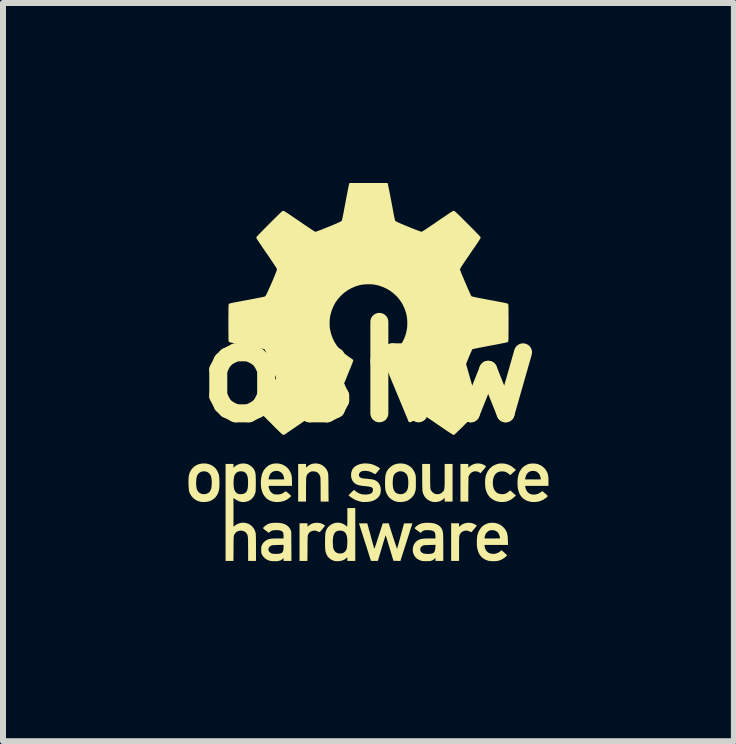
<source format=kicad_pcb>
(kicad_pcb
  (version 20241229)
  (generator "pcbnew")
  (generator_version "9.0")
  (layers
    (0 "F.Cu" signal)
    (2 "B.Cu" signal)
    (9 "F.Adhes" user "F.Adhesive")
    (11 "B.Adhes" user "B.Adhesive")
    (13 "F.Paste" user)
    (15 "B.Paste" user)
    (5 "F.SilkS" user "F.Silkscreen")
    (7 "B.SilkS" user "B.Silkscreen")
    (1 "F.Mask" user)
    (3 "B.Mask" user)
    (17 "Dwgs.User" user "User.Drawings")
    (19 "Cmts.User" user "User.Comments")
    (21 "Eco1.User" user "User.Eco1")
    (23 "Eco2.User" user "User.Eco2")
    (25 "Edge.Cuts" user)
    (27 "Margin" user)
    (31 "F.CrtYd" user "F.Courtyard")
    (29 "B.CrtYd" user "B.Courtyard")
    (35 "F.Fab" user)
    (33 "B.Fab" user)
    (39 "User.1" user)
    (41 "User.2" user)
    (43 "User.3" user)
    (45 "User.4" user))
  (footprint "oshw"
    (layer "F.Cu")
    (at 3.092 3.15)
    (property "Reference" "oshw" (at 0 0 0) (layer "F.SilkS") (effects (font (size 1.524 1.524) (thickness 0.3))))
    (attr board_only exclude_from_pos_files exclude_from_bom)
    (fp_poly (pts (xy 1.882 1.532) (xy 1.921 1.547) (xy 1.942 1.559) (xy 1.954 1.569) (xy 1.958 1.577) (xy 1.958 1.578) (xy 1.954 1.584) (xy 1.945 1.596) (xy 1.933 1.611) (xy 1.917 1.63) (xy 1.912 1.636) (xy 1.869 1.687) (xy 1.857 1.68) (xy 1.826 1.663) (xy 1.797 1.656) (xy 1.767 1.657) (xy 1.755 1.659) (xy 1.724 1.671) (xy 1.7 1.691) (xy 1.681 1.717) (xy 1.68 1.719) (xy 1.667 1.746) (xy 1.665 1.954) (xy 1.664 2.161) (xy 1.533 2.161) (xy 1.533 1.533) (xy 1.664 1.533) (xy 1.664 1.595) (xy 1.686 1.576) (xy 1.72 1.552) (xy 1.758 1.535) (xy 1.799 1.526) (xy 1.841 1.525)) (stroke (width 0) (type solid)) (fill yes) (layer "F.SilkS"))
    (fp_poly (pts (xy 1.71 2.517) (xy 1.747 2.527) (xy 1.755 2.531) (xy 1.772 2.539) (xy 1.787 2.548) (xy 1.795 2.554) (xy 1.807 2.563) (xy 1.761 2.618) (xy 1.745 2.637) (xy 1.731 2.653) (xy 1.721 2.665) (xy 1.715 2.671) (xy 1.714 2.672) (xy 1.709 2.67) (xy 1.698 2.665) (xy 1.685 2.658) (xy 1.655 2.647) (xy 1.624 2.644) (xy 1.594 2.649) (xy 1.567 2.661) (xy 1.543 2.679) (xy 1.525 2.704) (xy 1.516 2.726) (xy 1.515 2.733) (xy 1.513 2.743) (xy 1.512 2.757) (xy 1.511 2.775) (xy 1.511 2.798) (xy 1.51 2.828) (xy 1.51 2.864) (xy 1.51 2.908) (xy 1.51 2.95) (xy 1.51 3.15) (xy 1.378 3.15) (xy 1.378 2.522) (xy 1.51 2.522) (xy 1.51 2.584) (xy 1.527 2.566) (xy 1.557 2.544) (xy 1.592 2.527) (xy 1.63 2.517) (xy 1.67 2.513)) (stroke (width 0) (type solid)) (fill yes) (layer "F.SilkS"))
    (fp_poly (pts (xy -0.836 2.515) (xy -0.795 2.523) (xy -0.756 2.539) (xy -0.73 2.556) (xy -0.727 2.559) (xy -0.726 2.563) (xy -0.729 2.569) (xy -0.735 2.578) (xy -0.746 2.592) (xy -0.763 2.612) (xy -0.764 2.614) (xy -0.78 2.633) (xy -0.794 2.649) (xy -0.804 2.661) (xy -0.81 2.668) (xy -0.811 2.669) (xy -0.817 2.669) (xy -0.829 2.666) (xy -0.844 2.659) (xy -0.844 2.659) (xy -0.876 2.647) (xy -0.908 2.644) (xy -0.938 2.65) (xy -0.966 2.662) (xy -0.989 2.682) (xy -1.006 2.708) (xy -1.008 2.713) (xy -1.01 2.718) (xy -1.011 2.726) (xy -1.013 2.735) (xy -1.013 2.749) (xy -1.014 2.766) (xy -1.015 2.789) (xy -1.015 2.817) (xy -1.016 2.853) (xy -1.016 2.896) (xy -1.016 2.938) (xy -1.018 3.15) (xy -1.149 3.15) (xy -1.149 2.522) (xy -1.017 2.522) (xy -1.017 2.579) (xy -0.992 2.558) (xy -0.957 2.535) (xy -0.919 2.521) (xy -0.878 2.514)) (stroke (width 0) (type solid)) (fill yes) (layer "F.SilkS"))
    (fp_poly (pts (xy 1.028 1.738) (xy 1.028 1.787) (xy 1.028 1.828) (xy 1.029 1.861) (xy 1.029 1.888) (xy 1.03 1.909) (xy 1.031 1.925) (xy 1.032 1.937) (xy 1.033 1.946) (xy 1.034 1.953) (xy 1.037 1.959) (xy 1.039 1.965) (xy 1.04 1.968) (xy 1.058 1.996) (xy 1.082 2.018) (xy 1.111 2.032) (xy 1.114 2.033) (xy 1.148 2.038) (xy 1.18 2.035) (xy 1.21 2.022) (xy 1.236 2.001) (xy 1.239 1.998) (xy 1.246 1.989) (xy 1.252 1.981) (xy 1.257 1.973) (xy 1.261 1.962) (xy 1.264 1.949) (xy 1.266 1.933) (xy 1.268 1.912) (xy 1.269 1.886) (xy 1.27 1.854) (xy 1.27 1.815) (xy 1.27 1.768) (xy 1.27 1.731) (xy 1.27 1.533) (xy 1.402 1.533) (xy 1.402 2.161) (xy 1.27 2.161) (xy 1.27 2.099) (xy 1.249 2.119) (xy 1.219 2.141) (xy 1.183 2.157) (xy 1.144 2.167) (xy 1.104 2.169) (xy 1.071 2.166) (xy 1.028 2.152) (xy 0.99 2.131) (xy 0.957 2.104) (xy 0.931 2.07) (xy 0.912 2.031) (xy 0.901 1.988) (xy 0.9 1.985) (xy 0.899 1.974) (xy 0.898 1.954) (xy 0.898 1.927) (xy 0.897 1.894) (xy 0.896 1.857) (xy 0.896 1.815) (xy 0.896 1.771) (xy 0.896 1.743) (xy 0.895 1.533) (xy 1.026 1.533)) (stroke (width 0) (type solid)) (fill yes) (layer "F.SilkS"))
    (fp_poly (pts (xy -0.822 1.533) (xy -0.813 1.535) (xy -0.777 1.551) (xy -0.744 1.574) (xy -0.715 1.603) (xy -0.692 1.637) (xy -0.679 1.668) (xy -0.676 1.676) (xy -0.674 1.683) (xy -0.673 1.691) (xy -0.671 1.701) (xy -0.67 1.713) (xy -0.67 1.729) (xy -0.669 1.749) (xy -0.668 1.775) (xy -0.668 1.806) (xy -0.667 1.844) (xy -0.667 1.891) (xy -0.667 1.93) (xy -0.665 2.161) (xy -0.797 2.161) (xy -0.798 1.956) (xy -0.798 1.907) (xy -0.799 1.866) (xy -0.799 1.833) (xy -0.799 1.806) (xy -0.8 1.786) (xy -0.801 1.769) (xy -0.802 1.757) (xy -0.803 1.748) (xy -0.805 1.741) (xy -0.807 1.735) (xy -0.809 1.729) (xy -0.81 1.728) (xy -0.827 1.698) (xy -0.849 1.677) (xy -0.874 1.664) (xy -0.906 1.658) (xy -0.919 1.657) (xy -0.939 1.658) (xy -0.954 1.66) (xy -0.967 1.665) (xy -0.978 1.671) (xy -0.994 1.682) (xy -1.009 1.695) (xy -1.015 1.702) (xy -1.021 1.711) (xy -1.026 1.72) (xy -1.03 1.729) (xy -1.033 1.74) (xy -1.036 1.753) (xy -1.038 1.77) (xy -1.039 1.792) (xy -1.04 1.818) (xy -1.04 1.851) (xy -1.041 1.891) (xy -1.041 1.939) (xy -1.041 1.963) (xy -1.041 2.161) (xy -1.172 2.161) (xy -1.172 1.533) (xy -1.041 1.533) (xy -1.041 1.595) (xy -1.02 1.576) (xy -0.987 1.552) (xy -0.95 1.535) (xy -0.909 1.526) (xy -0.866 1.525)) (stroke (width 0) (type solid)) (fill yes) (layer "F.SilkS"))
    (fp_poly (pts (xy 2.285 1.531) (xy 2.331 1.545) (xy 2.375 1.567) (xy 2.416 1.596) (xy 2.426 1.605) (xy 2.458 1.634) (xy 2.362 1.721) (xy 2.34 1.701) (xy 2.312 1.679) (xy 2.283 1.665) (xy 2.252 1.659) (xy 2.227 1.657) (xy 2.192 1.66) (xy 2.163 1.668) (xy 2.138 1.683) (xy 2.122 1.696) (xy 2.103 1.721) (xy 2.088 1.752) (xy 2.078 1.789) (xy 2.073 1.83) (xy 2.074 1.874) (xy 2.075 1.888) (xy 2.082 1.924) (xy 2.092 1.953) (xy 2.106 1.978) (xy 2.119 1.994) (xy 2.142 2.015) (xy 2.168 2.028) (xy 2.199 2.035) (xy 2.227 2.037) (xy 2.249 2.036) (xy 2.265 2.034) (xy 2.28 2.03) (xy 2.293 2.025) (xy 2.312 2.014) (xy 2.33 2.001) (xy 2.339 1.993) (xy 2.35 1.983) (xy 2.358 1.976) (xy 2.361 1.974) (xy 2.365 1.977) (xy 2.375 1.985) (xy 2.388 1.997) (xy 2.405 2.012) (xy 2.411 2.017) (xy 2.458 2.06) (xy 2.426 2.089) (xy 2.39 2.118) (xy 2.35 2.141) (xy 2.31 2.157) (xy 2.308 2.158) (xy 2.284 2.163) (xy 2.255 2.167) (xy 2.225 2.168) (xy 2.197 2.168) (xy 2.182 2.166) (xy 2.134 2.155) (xy 2.092 2.138) (xy 2.056 2.115) (xy 2.023 2.086) (xy 1.997 2.054) (xy 1.976 2.018) (xy 1.96 1.977) (xy 1.954 1.956) (xy 1.948 1.927) (xy 1.945 1.891) (xy 1.944 1.853) (xy 1.944 1.813) (xy 1.947 1.776) (xy 1.952 1.745) (xy 1.954 1.737) (xy 1.969 1.692) (xy 1.988 1.654) (xy 2.013 1.62) (xy 2.023 1.608) (xy 2.06 1.576) (xy 2.1 1.552) (xy 2.144 1.535) (xy 2.19 1.526) (xy 2.238 1.525)) (stroke (width 0) (type solid)) (fill yes) (layer "F.SilkS"))
    (fp_poly (pts (xy 2.771 1.527) (xy 2.79 1.529) (xy 2.807 1.532) (xy 2.824 1.536) (xy 2.83 1.539) (xy 2.875 1.559) (xy 2.914 1.587) (xy 2.947 1.621) (xy 2.971 1.658) (xy 2.981 1.679) (xy 2.989 1.7) (xy 2.994 1.723) (xy 2.998 1.749) (xy 3 1.78) (xy 3 1.818) (xy 3 1.821) (xy 3 1.899) (xy 2.611 1.899) (xy 2.614 1.919) (xy 2.624 1.955) (xy 2.64 1.987) (xy 2.662 2.012) (xy 2.69 2.031) (xy 2.704 2.037) (xy 2.739 2.044) (xy 2.777 2.043) (xy 2.814 2.035) (xy 2.848 2.021) (xy 2.875 2.002) (xy 2.887 1.993) (xy 2.897 1.989) (xy 2.9 1.989) (xy 2.906 1.993) (xy 2.917 2.002) (xy 2.933 2.015) (xy 2.949 2.028) (xy 2.968 2.045) (xy 2.98 2.057) (xy 2.985 2.066) (xy 2.985 2.074) (xy 2.978 2.082) (xy 2.967 2.093) (xy 2.962 2.097) (xy 2.919 2.127) (xy 2.875 2.148) (xy 2.829 2.162) (xy 2.779 2.168) (xy 2.756 2.168) (xy 2.734 2.168) (xy 2.716 2.167) (xy 2.712 2.166) (xy 2.661 2.154) (xy 2.616 2.135) (xy 2.578 2.109) (xy 2.547 2.077) (xy 2.521 2.038) (xy 2.503 1.991) (xy 2.49 1.939) (xy 2.485 1.893) (xy 2.484 1.826) (xy 2.487 1.791) (xy 2.611 1.791) (xy 2.874 1.791) (xy 2.871 1.776) (xy 2.864 1.745) (xy 2.856 1.721) (xy 2.844 1.701) (xy 2.834 1.689) (xy 2.812 1.668) (xy 2.787 1.656) (xy 2.759 1.65) (xy 2.742 1.649) (xy 2.708 1.653) (xy 2.678 1.665) (xy 2.653 1.685) (xy 2.634 1.711) (xy 2.62 1.745) (xy 2.614 1.771) (xy 2.611 1.791) (xy 2.487 1.791) (xy 2.489 1.766) (xy 2.501 1.711) (xy 2.519 1.664) (xy 2.544 1.622) (xy 2.574 1.588) (xy 2.612 1.56) (xy 2.655 1.539) (xy 2.67 1.534) (xy 2.693 1.529) (xy 2.726 1.527) (xy 2.745 1.527)) (stroke (width 0) (type solid)) (fill yes) (layer "F.SilkS"))
    (fp_poly (pts (xy -2.715 1.526) (xy -2.702 1.527) (xy -2.655 1.538) (xy -2.612 1.557) (xy -2.574 1.583) (xy -2.542 1.615) (xy -2.517 1.654) (xy -2.498 1.697) (xy -2.492 1.722) (xy -2.489 1.743) (xy -2.487 1.771) (xy -2.485 1.803) (xy -2.484 1.838) (xy -2.484 1.874) (xy -2.485 1.907) (xy -2.487 1.936) (xy -2.489 1.957) (xy -2.501 2.005) (xy -2.521 2.048) (xy -2.547 2.085) (xy -2.581 2.117) (xy -2.62 2.142) (xy -2.662 2.158) (xy -2.686 2.163) (xy -2.716 2.167) (xy -2.748 2.168) (xy -2.777 2.167) (xy -2.79 2.166) (xy -2.836 2.154) (xy -2.879 2.134) (xy -2.916 2.107) (xy -2.948 2.073) (xy -2.973 2.032) (xy -2.989 1.992) (xy -2.992 1.976) (xy -2.995 1.952) (xy -2.997 1.923) (xy -2.999 1.89) (xy -3 1.855) (xy -3 1.842) (xy -2.873 1.842) (xy -2.872 1.879) (xy -2.869 1.913) (xy -2.864 1.942) (xy -2.857 1.966) (xy -2.855 1.969) (xy -2.836 1.998) (xy -2.812 2.019) (xy -2.783 2.032) (xy -2.749 2.037) (xy -2.732 2.037) (xy -2.713 2.034) (xy -2.693 2.028) (xy -2.685 2.025) (xy -2.663 2.011) (xy -2.646 1.996) (xy -2.633 1.974) (xy -2.631 1.972) (xy -2.623 1.949) (xy -2.617 1.919) (xy -2.614 1.885) (xy -2.612 1.848) (xy -2.613 1.811) (xy -2.617 1.777) (xy -2.623 1.747) (xy -2.631 1.723) (xy -2.632 1.722) (xy -2.65 1.695) (xy -2.675 1.674) (xy -2.702 1.662) (xy -2.737 1.656) (xy -2.77 1.658) (xy -2.8 1.669) (xy -2.826 1.686) (xy -2.847 1.711) (xy -2.853 1.722) (xy -2.861 1.744) (xy -2.867 1.773) (xy -2.871 1.807) (xy -2.873 1.842) (xy -3 1.842) (xy -3 1.82) (xy -2.999 1.787) (xy -2.998 1.758) (xy -2.995 1.735) (xy -2.994 1.725) (xy -2.98 1.678) (xy -2.958 1.636) (xy -2.93 1.601) (xy -2.896 1.571) (xy -2.857 1.548) (xy -2.813 1.533) (xy -2.765 1.525)) (stroke (width 0) (type solid)) (fill yes) (layer "F.SilkS"))
    (fp_poly (pts (xy -0.22 3.15) (xy -0.352 3.15) (xy -0.352 3.088) (xy -0.37 3.105) (xy -0.403 3.129) (xy -0.442 3.145) (xy -0.485 3.153) (xy -0.515 3.155) (xy -0.546 3.153) (xy -0.573 3.149) (xy -0.582 3.146) (xy -0.62 3.129) (xy -0.653 3.105) (xy -0.681 3.074) (xy -0.702 3.037) (xy -0.716 2.995) (xy -0.718 2.986) (xy -0.72 2.969) (xy -0.722 2.943) (xy -0.723 2.913) (xy -0.724 2.878) (xy -0.724 2.841) (xy -0.724 2.823) (xy -0.595 2.823) (xy -0.594 2.855) (xy -0.592 2.887) (xy -0.59 2.916) (xy -0.586 2.939) (xy -0.584 2.948) (xy -0.57 2.977) (xy -0.55 3) (xy -0.524 3.017) (xy -0.502 3.024) (xy -0.48 3.026) (xy -0.455 3.025) (xy -0.431 3.02) (xy -0.417 3.014) (xy -0.395 2.999) (xy -0.377 2.977) (xy -0.364 2.951) (xy -0.363 2.946) (xy -0.359 2.929) (xy -0.356 2.904) (xy -0.354 2.875) (xy -0.353 2.843) (xy -0.352 2.812) (xy -0.354 2.784) (xy -0.356 2.762) (xy -0.356 2.761) (xy -0.365 2.723) (xy -0.378 2.692) (xy -0.396 2.67) (xy -0.419 2.654) (xy -0.448 2.646) (xy -0.473 2.644) (xy -0.507 2.647) (xy -0.534 2.657) (xy -0.556 2.674) (xy -0.572 2.698) (xy -0.584 2.73) (xy -0.591 2.766) (xy -0.594 2.792) (xy -0.595 2.823) (xy -0.724 2.823) (xy -0.724 2.803) (xy -0.723 2.767) (xy -0.722 2.734) (xy -0.72 2.705) (xy -0.718 2.683) (xy -0.716 2.673) (xy -0.703 2.633) (xy -0.682 2.598) (xy -0.656 2.568) (xy -0.625 2.545) (xy -0.59 2.527) (xy -0.553 2.516) (xy -0.514 2.512) (xy -0.475 2.515) (xy -0.436 2.526) (xy -0.399 2.545) (xy -0.375 2.563) (xy -0.364 2.572) (xy -0.357 2.577) (xy -0.354 2.578) (xy -0.354 2.574) (xy -0.353 2.561) (xy -0.353 2.541) (xy -0.352 2.515) (xy -0.352 2.484) (xy -0.352 2.449) (xy -0.352 2.424) (xy -0.352 2.269) (xy -0.22 2.269)) (stroke (width 0) (type solid)) (fill yes) (layer "F.SilkS"))
    (fp_poly (pts (xy -1.511 1.525) (xy -1.467 1.533) (xy -1.424 1.548) (xy -1.385 1.571) (xy -1.351 1.599) (xy -1.322 1.634) (xy -1.304 1.665) (xy -1.294 1.688) (xy -1.286 1.71) (xy -1.281 1.732) (xy -1.277 1.758) (xy -1.276 1.788) (xy -1.275 1.826) (xy -1.275 1.829) (xy -1.275 1.899) (xy -1.664 1.899) (xy -1.664 1.909) (xy -1.662 1.927) (xy -1.655 1.95) (xy -1.646 1.972) (xy -1.635 1.991) (xy -1.634 1.992) (xy -1.618 2.01) (xy -1.598 2.025) (xy -1.594 2.028) (xy -1.581 2.034) (xy -1.571 2.038) (xy -1.559 2.04) (xy -1.544 2.041) (xy -1.523 2.042) (xy -1.519 2.042) (xy -1.489 2.041) (xy -1.466 2.037) (xy -1.445 2.03) (xy -1.425 2.019) (xy -1.405 2.005) (xy -1.392 1.996) (xy -1.382 1.99) (xy -1.378 1.989) (xy -1.372 1.993) (xy -1.36 2.001) (xy -1.346 2.013) (xy -1.331 2.026) (xy -1.316 2.04) (xy -1.303 2.052) (xy -1.293 2.061) (xy -1.289 2.066) (xy -1.289 2.066) (xy -1.293 2.073) (xy -1.302 2.083) (xy -1.316 2.096) (xy -1.333 2.109) (xy -1.35 2.122) (xy -1.367 2.132) (xy -1.375 2.137) (xy -1.42 2.154) (xy -1.469 2.165) (xy -1.519 2.169) (xy -1.568 2.166) (xy -1.57 2.166) (xy -1.619 2.154) (xy -1.662 2.135) (xy -1.699 2.109) (xy -1.731 2.075) (xy -1.756 2.035) (xy -1.775 1.988) (xy -1.788 1.935) (xy -1.794 1.878) (xy -1.794 1.817) (xy -1.79 1.78) (xy -1.664 1.78) (xy -1.664 1.791) (xy -1.405 1.791) (xy -1.408 1.767) (xy -1.416 1.732) (xy -1.431 1.702) (xy -1.453 1.678) (xy -1.48 1.66) (xy -1.511 1.651) (xy -1.533 1.649) (xy -1.565 1.652) (xy -1.595 1.663) (xy -1.621 1.681) (xy -1.631 1.692) (xy -1.641 1.707) (xy -1.65 1.727) (xy -1.658 1.749) (xy -1.663 1.769) (xy -1.664 1.78) (xy -1.79 1.78) (xy -1.787 1.759) (xy -1.775 1.705) (xy -1.757 1.66) (xy -1.741 1.634) (xy -1.72 1.607) (xy -1.695 1.583) (xy -1.67 1.562) (xy -1.649 1.55) (xy -1.603 1.533) (xy -1.557 1.525)) (stroke (width 0) (type solid)) (fill yes) (layer "F.SilkS"))
    (fp_poly (pts (xy 0.596 1.531) (xy 0.641 1.545) (xy 0.681 1.566) (xy 0.716 1.595) (xy 0.746 1.631) (xy 0.769 1.673) (xy 0.781 1.704) (xy 0.784 1.715) (xy 0.786 1.726) (xy 0.788 1.739) (xy 0.789 1.757) (xy 0.79 1.779) (xy 0.79 1.808) (xy 0.79 1.845) (xy 0.79 1.847) (xy 0.79 1.884) (xy 0.79 1.914) (xy 0.789 1.937) (xy 0.788 1.954) (xy 0.786 1.968) (xy 0.784 1.979) (xy 0.781 1.989) (xy 0.781 1.99) (xy 0.768 2.026) (xy 0.751 2.057) (xy 0.728 2.085) (xy 0.718 2.096) (xy 0.685 2.124) (xy 0.651 2.145) (xy 0.613 2.158) (xy 0.57 2.166) (xy 0.549 2.168) (xy 0.527 2.168) (xy 0.505 2.168) (xy 0.487 2.166) (xy 0.484 2.166) (xy 0.437 2.153) (xy 0.395 2.132) (xy 0.358 2.104) (xy 0.327 2.07) (xy 0.303 2.029) (xy 0.287 1.984) (xy 0.283 1.969) (xy 0.28 1.947) (xy 0.278 1.92) (xy 0.276 1.885) (xy 0.276 1.867) (xy 0.404 1.867) (xy 0.408 1.913) (xy 0.416 1.951) (xy 0.429 1.982) (xy 0.447 2.005) (xy 0.451 2.009) (xy 0.478 2.026) (xy 0.509 2.035) (xy 0.541 2.038) (xy 0.573 2.032) (xy 0.592 2.025) (xy 0.615 2.011) (xy 0.631 1.995) (xy 0.644 1.974) (xy 0.645 1.972) (xy 0.653 1.95) (xy 0.659 1.92) (xy 0.663 1.886) (xy 0.664 1.85) (xy 0.663 1.813) (xy 0.66 1.778) (xy 0.654 1.748) (xy 0.646 1.724) (xy 0.645 1.721) (xy 0.627 1.695) (xy 0.603 1.675) (xy 0.576 1.662) (xy 0.546 1.656) (xy 0.515 1.657) (xy 0.485 1.665) (xy 0.458 1.681) (xy 0.445 1.692) (xy 0.432 1.707) (xy 0.422 1.724) (xy 0.415 1.743) (xy 0.41 1.767) (xy 0.406 1.798) (xy 0.405 1.813) (xy 0.404 1.867) (xy 0.276 1.867) (xy 0.276 1.847) (xy 0.277 1.797) (xy 0.279 1.755) (xy 0.284 1.72) (xy 0.292 1.689) (xy 0.303 1.662) (xy 0.317 1.638) (xy 0.335 1.614) (xy 0.346 1.602) (xy 0.382 1.571) (xy 0.421 1.548) (xy 0.464 1.533) (xy 0.495 1.527) (xy 0.547 1.525)) (stroke (width 0) (type solid)) (fill yes) (layer "F.SilkS"))
    (fp_poly (pts (xy 2.102 2.516) (xy 2.124 2.52) (xy 2.166 2.533) (xy 2.206 2.554) (xy 2.242 2.582) (xy 2.273 2.615) (xy 2.284 2.631) (xy 2.297 2.655) (xy 2.308 2.681) (xy 2.315 2.71) (xy 2.32 2.744) (xy 2.323 2.785) (xy 2.324 2.805) (xy 2.327 2.883) (xy 1.935 2.883) (xy 1.937 2.911) (xy 1.945 2.943) (xy 1.959 2.973) (xy 1.98 2.997) (xy 1.987 3.004) (xy 2.017 3.021) (xy 2.05 3.03) (xy 2.086 3.033) (xy 2.122 3.028) (xy 2.156 3.016) (xy 2.188 2.996) (xy 2.202 2.985) (xy 2.217 2.971) (xy 2.264 3.011) (xy 2.285 3.031) (xy 2.3 3.045) (xy 2.307 3.054) (xy 2.308 3.059) (xy 2.302 3.067) (xy 2.29 3.079) (xy 2.274 3.092) (xy 2.255 3.105) (xy 2.237 3.117) (xy 2.22 3.127) (xy 2.219 3.127) (xy 2.198 3.136) (xy 2.175 3.144) (xy 2.161 3.148) (xy 2.136 3.152) (xy 2.106 3.154) (xy 2.074 3.154) (xy 2.041 3.153) (xy 2.013 3.15) (xy 2 3.148) (xy 1.954 3.132) (xy 1.914 3.109) (xy 1.88 3.08) (xy 1.852 3.043) (xy 1.83 2.999) (xy 1.815 2.948) (xy 1.812 2.932) (xy 1.808 2.905) (xy 1.806 2.872) (xy 1.806 2.835) (xy 1.807 2.799) (xy 1.809 2.764) (xy 1.809 2.762) (xy 1.936 2.762) (xy 1.936 2.775) (xy 2.065 2.775) (xy 2.099 2.775) (xy 2.129 2.775) (xy 2.155 2.774) (xy 2.175 2.774) (xy 2.189 2.773) (xy 2.194 2.772) (xy 2.194 2.772) (xy 2.192 2.758) (xy 2.187 2.74) (xy 2.18 2.72) (xy 2.173 2.702) (xy 2.169 2.694) (xy 2.149 2.668) (xy 2.125 2.651) (xy 2.095 2.64) (xy 2.06 2.637) (xy 2.04 2.638) (xy 2.024 2.641) (xy 2.008 2.648) (xy 2.003 2.651) (xy 1.986 2.662) (xy 1.971 2.676) (xy 1.964 2.684) (xy 1.952 2.704) (xy 1.943 2.728) (xy 1.937 2.751) (xy 1.936 2.762) (xy 1.809 2.762) (xy 1.813 2.734) (xy 1.817 2.714) (xy 1.834 2.665) (xy 1.858 2.621) (xy 1.887 2.585) (xy 1.922 2.555) (xy 1.962 2.533) (xy 2.005 2.519) (xy 2.052 2.513)) (stroke (width 0) (type solid)) (fill yes) (layer "F.SilkS"))
    (fp_poly (pts (xy -0.005 1.527) (xy 0.045 1.535) (xy 0.053 1.537) (xy 0.08 1.546) (xy 0.11 1.559) (xy 0.139 1.573) (xy 0.165 1.588) (xy 0.178 1.598) (xy 0.194 1.612) (xy 0.159 1.652) (xy 0.145 1.669) (xy 0.132 1.684) (xy 0.123 1.695) (xy 0.119 1.7) (xy 0.115 1.703) (xy 0.109 1.702) (xy 0.098 1.697) (xy 0.082 1.688) (xy 0.081 1.688) (xy 0.042 1.668) (xy 0.004 1.655) (xy -0.037 1.65) (xy -0.054 1.649) (xy -0.078 1.649) (xy -0.095 1.651) (xy -0.11 1.655) (xy -0.118 1.658) (xy -0.139 1.672) (xy -0.153 1.69) (xy -0.159 1.71) (xy -0.159 1.714) (xy -0.157 1.735) (xy -0.148 1.75) (xy -0.132 1.762) (xy -0.108 1.771) (xy -0.077 1.776) (xy -0.069 1.777) (xy -0.044 1.779) (xy -0.015 1.782) (xy 0.013 1.785) (xy 0.024 1.786) (xy 0.063 1.791) (xy 0.094 1.799) (xy 0.12 1.81) (xy 0.143 1.825) (xy 0.15 1.832) (xy 0.175 1.86) (xy 0.193 1.893) (xy 0.203 1.931) (xy 0.206 1.975) (xy 0.205 1.986) (xy 0.2 2.022) (xy 0.189 2.053) (xy 0.171 2.08) (xy 0.153 2.099) (xy 0.123 2.123) (xy 0.09 2.141) (xy 0.051 2.155) (xy 0.043 2.157) (xy 0.013 2.163) (xy -0.022 2.167) (xy -0.058 2.168) (xy -0.091 2.168) (xy -0.11 2.166) (xy -0.167 2.152) (xy -0.223 2.131) (xy -0.275 2.101) (xy -0.306 2.079) (xy -0.334 2.057) (xy -0.243 1.965) (xy -0.216 1.987) (xy -0.18 2.012) (xy -0.143 2.029) (xy -0.103 2.04) (xy -0.058 2.043) (xy -0.036 2.043) (xy 0.002 2.039) (xy 0.031 2.031) (xy 0.052 2.019) (xy 0.066 2.002) (xy 0.073 1.979) (xy 0.074 1.973) (xy 0.074 1.956) (xy 0.071 1.942) (xy 0.063 1.931) (xy 0.05 1.922) (xy 0.03 1.916) (xy 0.004 1.91) (xy -0.03 1.906) (xy -0.061 1.903) (xy -0.106 1.899) (xy -0.143 1.892) (xy -0.174 1.884) (xy -0.2 1.874) (xy -0.222 1.861) (xy -0.241 1.845) (xy -0.244 1.842) (xy -0.266 1.814) (xy -0.281 1.781) (xy -0.289 1.745) (xy -0.29 1.707) (xy -0.285 1.669) (xy -0.272 1.633) (xy -0.268 1.625) (xy -0.247 1.596) (xy -0.219 1.572) (xy -0.185 1.552) (xy -0.145 1.537) (xy -0.102 1.528) (xy -0.055 1.524)) (stroke (width 0) (type solid)) (fill yes) (layer "F.SilkS"))
    (fp_poly (pts (xy 0.406 2.739) (xy 0.42 2.781) (xy 0.433 2.821) (xy 0.445 2.857) (xy 0.455 2.888) (xy 0.464 2.914) (xy 0.471 2.933) (xy 0.475 2.945) (xy 0.477 2.949) (xy 0.477 2.949) (xy 0.479 2.943) (xy 0.482 2.929) (xy 0.488 2.908) (xy 0.496 2.88) (xy 0.505 2.848) (xy 0.515 2.811) (xy 0.526 2.77) (xy 0.536 2.733) (xy 0.593 2.525) (xy 0.663 2.523) (xy 0.69 2.523) (xy 0.709 2.523) (xy 0.722 2.524) (xy 0.728 2.525) (xy 0.731 2.527) (xy 0.731 2.528) (xy 0.729 2.534) (xy 0.725 2.548) (xy 0.718 2.569) (xy 0.709 2.597) (xy 0.698 2.63) (xy 0.686 2.669) (xy 0.672 2.713) (xy 0.657 2.76) (xy 0.641 2.81) (xy 0.631 2.843) (xy 0.532 3.151) (xy 0.474 3.149) (xy 0.416 3.148) (xy 0.352 2.934) (xy 0.339 2.891) (xy 0.327 2.851) (xy 0.316 2.815) (xy 0.306 2.784) (xy 0.298 2.758) (xy 0.292 2.739) (xy 0.288 2.727) (xy 0.286 2.723) (xy 0.286 2.723) (xy 0.284 2.728) (xy 0.28 2.741) (xy 0.273 2.761) (xy 0.265 2.788) (xy 0.255 2.82) (xy 0.244 2.857) (xy 0.232 2.897) (xy 0.22 2.938) (xy 0.157 3.15) (xy 0.099 3.15) (xy 0.075 3.15) (xy 0.058 3.15) (xy 0.048 3.149) (xy 0.042 3.146) (xy 0.039 3.143) (xy 0.039 3.142) (xy 0.037 3.136) (xy 0.033 3.122) (xy 0.026 3.101) (xy 0.017 3.073) (xy 0.006 3.039) (xy -0.006 3) (xy -0.02 2.956) (xy -0.035 2.909) (xy -0.051 2.859) (xy -0.061 2.829) (xy -0.158 2.525) (xy -0.09 2.523) (xy -0.066 2.523) (xy -0.045 2.523) (xy -0.03 2.523) (xy -0.022 2.523) (xy -0.021 2.523) (xy -0.019 2.528) (xy -0.015 2.541) (xy -0.01 2.561) (xy -0.002 2.588) (xy 0.006 2.62) (xy 0.017 2.656) (xy 0.028 2.696) (xy 0.039 2.737) (xy 0.05 2.78) (xy 0.061 2.82) (xy 0.071 2.856) (xy 0.08 2.887) (xy 0.087 2.913) (xy 0.093 2.933) (xy 0.097 2.945) (xy 0.098 2.949) (xy 0.1 2.944) (xy 0.105 2.932) (xy 0.111 2.912) (xy 0.12 2.886) (xy 0.131 2.855) (xy 0.142 2.819) (xy 0.155 2.779) (xy 0.169 2.737) (xy 0.169 2.737) (xy 0.237 2.525) (xy 0.287 2.523) (xy 0.336 2.522)) (stroke (width 0) (type solid)) (fill yes) (layer "F.SilkS"))
    (fp_poly (pts (xy -1.524 2.514) (xy -1.495 2.516) (xy -1.468 2.519) (xy -1.446 2.522) (xy -1.433 2.525) (xy -1.39 2.54) (xy -1.354 2.562) (xy -1.325 2.588) (xy -1.304 2.62) (xy -1.298 2.633) (xy -1.287 2.66) (xy -1.284 3.15) (xy -1.416 3.15) (xy -1.416 3.103) (xy -1.437 3.121) (xy -1.455 3.135) (xy -1.477 3.145) (xy -1.502 3.151) (xy -1.533 3.154) (xy -1.566 3.155) (xy -1.593 3.154) (xy -1.618 3.152) (xy -1.638 3.149) (xy -1.645 3.148) (xy -1.686 3.132) (xy -1.722 3.11) (xy -1.751 3.081) (xy -1.774 3.047) (xy -1.776 3.043) (xy -1.782 3.03) (xy -1.785 3.018) (xy -1.787 3.004) (xy -1.788 2.985) (xy -1.788 2.967) (xy -1.668 2.967) (xy -1.66 2.987) (xy -1.646 3.005) (xy -1.624 3.02) (xy -1.616 3.024) (xy -1.597 3.029) (xy -1.572 3.032) (xy -1.544 3.033) (xy -1.515 3.032) (xy -1.489 3.03) (xy -1.467 3.025) (xy -1.456 3.021) (xy -1.439 3.01) (xy -1.427 2.994) (xy -1.42 2.972) (xy -1.416 2.943) (xy -1.416 2.926) (xy -1.416 2.882) (xy -1.508 2.884) (xy -1.542 2.885) (xy -1.568 2.886) (xy -1.588 2.887) (xy -1.602 2.889) (xy -1.613 2.892) (xy -1.621 2.895) (xy -1.644 2.908) (xy -1.66 2.926) (xy -1.667 2.946) (xy -1.668 2.967) (xy -1.788 2.967) (xy -1.788 2.965) (xy -1.788 2.942) (xy -1.787 2.925) (xy -1.785 2.912) (xy -1.782 2.9) (xy -1.776 2.887) (xy -1.774 2.882) (xy -1.753 2.848) (xy -1.725 2.82) (xy -1.692 2.799) (xy -1.691 2.799) (xy -1.673 2.791) (xy -1.655 2.785) (xy -1.634 2.781) (xy -1.609 2.778) (xy -1.579 2.776) (xy -1.542 2.776) (xy -1.508 2.775) (xy -1.416 2.775) (xy -1.416 2.732) (xy -1.417 2.704) (xy -1.421 2.683) (xy -1.429 2.668) (xy -1.441 2.656) (xy -1.457 2.648) (xy -1.469 2.643) (xy -1.482 2.64) (xy -1.498 2.638) (xy -1.521 2.637) (xy -1.533 2.637) (xy -1.564 2.638) (xy -1.588 2.64) (xy -1.607 2.645) (xy -1.623 2.652) (xy -1.638 2.663) (xy -1.641 2.666) (xy -1.654 2.676) (xy -1.663 2.679) (xy -1.665 2.679) (xy -1.676 2.672) (xy -1.69 2.661) (xy -1.706 2.649) (xy -1.723 2.636) (xy -1.738 2.623) (xy -1.75 2.613) (xy -1.757 2.606) (xy -1.758 2.604) (xy -1.754 2.597) (xy -1.745 2.586) (xy -1.731 2.573) (xy -1.715 2.56) (xy -1.699 2.549) (xy -1.685 2.54) (xy -1.681 2.538) (xy -1.651 2.526) (xy -1.619 2.519) (xy -1.583 2.515) (xy -1.541 2.514)) (stroke (width 0) (type solid)) (fill yes) (layer "F.SilkS"))
    (fp_poly (pts (xy 1.025 2.515) (xy 1.078 2.521) (xy 1.123 2.533) (xy 1.162 2.552) (xy 1.193 2.576) (xy 1.217 2.606) (xy 1.233 2.641) (xy 1.242 2.682) (xy 1.243 2.694) (xy 1.244 2.714) (xy 1.245 2.741) (xy 1.246 2.774) (xy 1.246 2.813) (xy 1.247 2.854) (xy 1.247 2.899) (xy 1.247 2.934) (xy 1.247 3.15) (xy 1.116 3.15) (xy 1.116 3.098) (xy 1.104 3.112) (xy 1.093 3.122) (xy 1.077 3.133) (xy 1.065 3.14) (xy 1.054 3.145) (xy 1.043 3.149) (xy 1.032 3.151) (xy 1.017 3.152) (xy 0.998 3.153) (xy 0.973 3.154) (xy 0.939 3.154) (xy 0.913 3.153) (xy 0.893 3.15) (xy 0.882 3.148) (xy 0.841 3.132) (xy 0.805 3.11) (xy 0.777 3.081) (xy 0.756 3.046) (xy 0.742 3.007) (xy 0.74 2.994) (xy 0.738 2.958) (xy 0.863 2.958) (xy 0.867 2.983) (xy 0.879 3.002) (xy 0.9 3.018) (xy 0.919 3.026) (xy 0.935 3.029) (xy 0.957 3.031) (xy 0.983 3.033) (xy 1.009 3.033) (xy 1.033 3.031) (xy 1.051 3.029) (xy 1.052 3.029) (xy 1.074 3.021) (xy 1.091 3.009) (xy 1.102 2.992) (xy 1.11 2.968) (xy 1.114 2.937) (xy 1.115 2.93) (xy 1.117 2.882) (xy 1.022 2.884) (xy 0.988 2.885) (xy 0.963 2.886) (xy 0.944 2.887) (xy 0.93 2.888) (xy 0.92 2.89) (xy 0.911 2.893) (xy 0.904 2.896) (xy 0.882 2.91) (xy 0.868 2.929) (xy 0.863 2.953) (xy 0.863 2.958) (xy 0.738 2.958) (xy 0.738 2.954) (xy 0.744 2.915) (xy 0.757 2.878) (xy 0.778 2.846) (xy 0.793 2.829) (xy 0.811 2.814) (xy 0.83 2.802) (xy 0.851 2.792) (xy 0.876 2.785) (xy 0.905 2.78) (xy 0.941 2.777) (xy 0.983 2.776) (xy 1.018 2.775) (xy 1.116 2.775) (xy 1.116 2.738) (xy 1.114 2.707) (xy 1.108 2.683) (xy 1.098 2.665) (xy 1.081 2.652) (xy 1.058 2.643) (xy 1.028 2.639) (xy 0.989 2.637) (xy 0.989 2.637) (xy 0.965 2.637) (xy 0.947 2.638) (xy 0.934 2.64) (xy 0.923 2.643) (xy 0.913 2.648) (xy 0.898 2.657) (xy 0.886 2.666) (xy 0.882 2.67) (xy 0.875 2.678) (xy 0.869 2.682) (xy 0.869 2.682) (xy 0.864 2.679) (xy 0.854 2.672) (xy 0.84 2.662) (xy 0.823 2.649) (xy 0.806 2.637) (xy 0.791 2.625) (xy 0.778 2.615) (xy 0.771 2.608) (xy 0.769 2.606) (xy 0.772 2.6) (xy 0.781 2.589) (xy 0.793 2.577) (xy 0.807 2.565) (xy 0.821 2.554) (xy 0.822 2.554) (xy 0.848 2.538) (xy 0.876 2.527) (xy 0.908 2.52) (xy 0.945 2.515) (xy 0.966 2.514)) (stroke (width 0) (type solid)) (fill yes) (layer "F.SilkS"))
    (fp_poly (pts (xy -2.055 1.527) (xy -2.014 1.537) (xy -1.976 1.556) (xy -1.943 1.582) (xy -1.94 1.585) (xy -1.914 1.615) (xy -1.896 1.648) (xy -1.885 1.686) (xy -1.884 1.691) (xy -1.882 1.706) (xy -1.88 1.73) (xy -1.879 1.759) (xy -1.878 1.793) (xy -1.878 1.828) (xy -1.878 1.865) (xy -1.878 1.901) (xy -1.879 1.934) (xy -1.88 1.963) (xy -1.881 1.987) (xy -1.883 2.003) (xy -1.883 2.004) (xy -1.897 2.046) (xy -1.918 2.083) (xy -1.945 2.115) (xy -1.979 2.14) (xy -2.018 2.157) (xy -2.056 2.167) (xy -2.099 2.169) (xy -2.141 2.162) (xy -2.181 2.146) (xy -2.222 2.121) (xy -2.226 2.118) (xy -2.25 2.1) (xy -2.25 2.58) (xy -2.23 2.563) (xy -2.194 2.539) (xy -2.155 2.523) (xy -2.115 2.514) (xy -2.074 2.513) (xy -2.035 2.52) (xy -1.997 2.533) (xy -1.963 2.554) (xy -1.933 2.581) (xy -1.908 2.614) (xy -1.901 2.627) (xy -1.892 2.647) (xy -1.885 2.668) (xy -1.88 2.685) (xy -1.88 2.686) (xy -1.879 2.696) (xy -1.878 2.715) (xy -1.877 2.741) (xy -1.876 2.774) (xy -1.876 2.812) (xy -1.875 2.855) (xy -1.875 2.902) (xy -1.875 2.931) (xy -1.875 3.15) (xy -2.006 3.15) (xy -2.006 2.952) (xy -2.007 2.9) (xy -2.007 2.857) (xy -2.007 2.821) (xy -2.008 2.792) (xy -2.009 2.769) (xy -2.011 2.75) (xy -2.013 2.735) (xy -2.016 2.723) (xy -2.019 2.713) (xy -2.024 2.704) (xy -2.029 2.695) (xy -2.032 2.691) (xy -2.051 2.67) (xy -2.075 2.655) (xy -2.103 2.647) (xy -2.133 2.645) (xy -2.162 2.649) (xy -2.19 2.66) (xy -2.21 2.676) (xy -2.223 2.691) (xy -2.235 2.708) (xy -2.238 2.714) (xy -2.24 2.72) (xy -2.242 2.726) (xy -2.244 2.733) (xy -2.245 2.742) (xy -2.246 2.754) (xy -2.247 2.77) (xy -2.248 2.791) (xy -2.248 2.818) (xy -2.249 2.851) (xy -2.249 2.892) (xy -2.249 2.942) (xy -2.249 2.943) (xy -2.251 3.15) (xy -2.382 3.15) (xy -2.382 1.851) (xy -2.249 1.851) (xy -2.248 1.888) (xy -2.244 1.923) (xy -2.238 1.953) (xy -2.232 1.972) (xy -2.216 1.999) (xy -2.195 2.02) (xy -2.17 2.033) (xy -2.146 2.037) (xy -2.118 2.037) (xy -2.091 2.033) (xy -2.069 2.025) (xy -2.066 2.024) (xy -2.047 2.011) (xy -2.032 1.993) (xy -2.021 1.969) (xy -2.013 1.939) (xy -2.009 1.902) (xy -2.007 1.858) (xy -2.007 1.847) (xy -2.008 1.798) (xy -2.013 1.757) (xy -2.022 1.724) (xy -2.035 1.698) (xy -2.052 1.679) (xy -2.074 1.665) (xy -2.101 1.658) (xy -2.114 1.656) (xy -2.149 1.657) (xy -2.179 1.665) (xy -2.204 1.682) (xy -2.223 1.706) (xy -2.232 1.722) (xy -2.24 1.747) (xy -2.245 1.778) (xy -2.248 1.813) (xy -2.249 1.851) (xy -2.382 1.851) (xy -2.382 1.533) (xy -2.25 1.533) (xy -2.25 1.595) (xy -2.231 1.578) (xy -2.216 1.566) (xy -2.197 1.554) (xy -2.182 1.546) (xy -2.14 1.531) (xy -2.097 1.525)) (stroke (width 0) (type solid)) (fill yes) (layer "F.SilkS"))
    (fp_poly (pts (xy 0.321 -3.14) (xy 0.323 -3.134) (xy 0.326 -3.119) (xy 0.331 -3.096) (xy 0.337 -3.067) (xy 0.344 -3.032) (xy 0.352 -2.991) (xy 0.361 -2.947) (xy 0.37 -2.898) (xy 0.38 -2.847) (xy 0.384 -2.828) (xy 0.395 -2.767) (xy 0.405 -2.715) (xy 0.413 -2.67) (xy 0.42 -2.633) (xy 0.426 -2.603) (xy 0.431 -2.578) (xy 0.435 -2.559) (xy 0.439 -2.544) (xy 0.442 -2.533) (xy 0.445 -2.525) (xy 0.447 -2.519) (xy 0.45 -2.516) (xy 0.451 -2.515) (xy 0.458 -2.51) (xy 0.473 -2.503) (xy 0.494 -2.493) (xy 0.521 -2.481) (xy 0.552 -2.467) (xy 0.586 -2.453) (xy 0.623 -2.437) (xy 0.661 -2.422) (xy 0.699 -2.406) (xy 0.737 -2.391) (xy 0.772 -2.377) (xy 0.805 -2.364) (xy 0.834 -2.354) (xy 0.857 -2.345) (xy 0.875 -2.339) (xy 0.885 -2.337) (xy 0.887 -2.337) (xy 0.893 -2.34) (xy 0.906 -2.348) (xy 0.926 -2.36) (xy 0.951 -2.376) (xy 0.981 -2.396) (xy 1.015 -2.419) (xy 1.053 -2.445) (xy 1.094 -2.472) (xy 1.137 -2.502) (xy 1.153 -2.513) (xy 1.205 -2.549) (xy 1.25 -2.579) (xy 1.289 -2.605) (xy 1.321 -2.627) (xy 1.348 -2.645) (xy 1.37 -2.659) (xy 1.387 -2.67) (xy 1.4 -2.677) (xy 1.41 -2.683) (xy 1.417 -2.685) (xy 1.421 -2.686) (xy 1.421 -2.686) (xy 1.425 -2.686) (xy 1.429 -2.684) (xy 1.435 -2.681) (xy 1.442 -2.675) (xy 1.452 -2.667) (xy 1.464 -2.656) (xy 1.48 -2.641) (xy 1.5 -2.622) (xy 1.524 -2.599) (xy 1.553 -2.57) (xy 1.587 -2.536) (xy 1.627 -2.496) (xy 1.647 -2.476) (xy 1.684 -2.439) (xy 1.719 -2.404) (xy 1.752 -2.371) (xy 1.781 -2.341) (xy 1.807 -2.314) (xy 1.829 -2.292) (xy 1.846 -2.274) (xy 1.858 -2.261) (xy 1.864 -2.254) (xy 1.864 -2.253) (xy 1.869 -2.239) (xy 1.867 -2.228) (xy 1.863 -2.222) (xy 1.855 -2.209) (xy 1.842 -2.189) (xy 1.826 -2.164) (xy 1.806 -2.134) (xy 1.783 -2.1) (xy 1.757 -2.062) (xy 1.729 -2.022) (xy 1.7 -1.979) (xy 1.693 -1.969) (xy 1.654 -1.912) (xy 1.62 -1.862) (xy 1.591 -1.819) (xy 1.567 -1.783) (xy 1.548 -1.754) (xy 1.535 -1.732) (xy 1.527 -1.718) (xy 1.524 -1.711) (xy 1.524 -1.711) (xy 1.526 -1.704) (xy 1.531 -1.69) (xy 1.539 -1.669) (xy 1.55 -1.642) (xy 1.562 -1.611) (xy 1.577 -1.577) (xy 1.592 -1.54) (xy 1.608 -1.502) (xy 1.625 -1.464) (xy 1.641 -1.426) (xy 1.657 -1.389) (xy 1.672 -1.356) (xy 1.685 -1.326) (xy 1.697 -1.301) (xy 1.706 -1.281) (xy 1.713 -1.269) (xy 1.716 -1.264) (xy 1.719 -1.262) (xy 1.726 -1.259) (xy 1.736 -1.256) (xy 1.751 -1.252) (xy 1.77 -1.248) (xy 1.795 -1.243) (xy 1.827 -1.236) (xy 1.865 -1.229) (xy 1.911 -1.22) (xy 1.964 -1.21) (xy 2.022 -1.199) (xy 2.082 -1.188) (xy 2.134 -1.178) (xy 2.178 -1.17) (xy 2.214 -1.163) (xy 2.245 -1.157) (xy 2.269 -1.152) (xy 2.288 -1.148) (xy 2.302 -1.144) (xy 2.312 -1.141) (xy 2.319 -1.139) (xy 2.324 -1.136) (xy 2.326 -1.134) (xy 2.328 -1.132) (xy 2.33 -1.128) (xy 2.331 -1.122) (xy 2.332 -1.114) (xy 2.333 -1.103) (xy 2.333 -1.088) (xy 2.334 -1.068) (xy 2.334 -1.043) (xy 2.334 -1.012) (xy 2.334 -0.975) (xy 2.335 -0.93) (xy 2.335 -0.877) (xy 2.335 -0.818) (xy 2.335 -0.757) (xy 2.335 -0.704) (xy 2.334 -0.66) (xy 2.334 -0.622) (xy 2.334 -0.592) (xy 2.334 -0.567) (xy 2.333 -0.547) (xy 2.332 -0.532) (xy 2.332 -0.521) (xy 2.331 -0.513) (xy 2.329 -0.508) (xy 2.328 -0.504) (xy 2.326 -0.502) (xy 2.324 -0.5) (xy 2.319 -0.498) (xy 2.312 -0.495) (xy 2.301 -0.492) (xy 2.286 -0.488) (xy 2.266 -0.484) (xy 2.241 -0.479) (xy 2.21 -0.473) (xy 2.173 -0.465) (xy 2.127 -0.457) (xy 2.074 -0.447) (xy 2.031 -0.439) (xy 1.98 -0.429) (xy 1.931 -0.42) (xy 1.886 -0.411) (xy 1.845 -0.403) (xy 1.81 -0.396) (xy 1.78 -0.39) (xy 1.757 -0.385) (xy 1.741 -0.381) (xy 1.734 -0.379) (xy 1.733 -0.379) (xy 1.729 -0.373) (xy 1.722 -0.359) (xy 1.713 -0.339) (xy 1.701 -0.312) (xy 1.688 -0.282) (xy 1.673 -0.247) (xy 1.658 -0.209) (xy 1.642 -0.17) (xy 1.626 -0.13) (xy 1.61 -0.09) (xy 1.595 -0.051) (xy 1.581 -0.014) (xy 1.568 0.019) (xy 1.557 0.048) (xy 1.549 0.073) (xy 1.543 0.091) (xy 1.54 0.102) (xy 1.54 0.104) (xy 1.544 0.11) (xy 1.552 0.123) (xy 1.564 0.142) (xy 1.58 0.166) (xy 1.6 0.196) (xy 1.623 0.229) (xy 1.648 0.266) (xy 1.675 0.306) (xy 1.703 0.347) (xy 1.737 0.397) (xy 1.767 0.439) (xy 1.791 0.476) (xy 1.812 0.506) (xy 1.829 0.531) (xy 1.842 0.552) (xy 1.852 0.568) (xy 1.86 0.58) (xy 1.865 0.59) (xy 1.868 0.597) (xy 1.87 0.602) (xy 1.871 0.606) (xy 1.871 0.606) (xy 1.867 0.61) (xy 1.858 0.621) (xy 1.843 0.636) (xy 1.823 0.657) (xy 1.799 0.682) (xy 1.771 0.711) (xy 1.739 0.743) (xy 1.705 0.777) (xy 1.668 0.814) (xy 1.651 0.831) (xy 1.607 0.875) (xy 1.569 0.914) (xy 1.536 0.946) (xy 1.508 0.973) (xy 1.485 0.995) (xy 1.467 1.013) (xy 1.452 1.027) (xy 1.441 1.037) (xy 1.432 1.044) (xy 1.426 1.048) (xy 1.421 1.05) (xy 1.419 1.05) (xy 1.414 1.048) (xy 1.404 1.043) (xy 1.389 1.034) (xy 1.368 1.021) (xy 1.342 1.004) (xy 1.309 0.982) (xy 1.27 0.956) (xy 1.224 0.924) (xy 1.173 0.89) (xy 1.124 0.856) (xy 1.082 0.827) (xy 1.047 0.803) (xy 1.017 0.783) (xy 0.993 0.767) (xy 0.973 0.754) (xy 0.958 0.745) (xy 0.946 0.738) (xy 0.937 0.733) (xy 0.931 0.731) (xy 0.926 0.73) (xy 0.924 0.73) (xy 0.914 0.732) (xy 0.898 0.738) (xy 0.875 0.749) (xy 0.845 0.764) (xy 0.807 0.784) (xy 0.806 0.785) (xy 0.77 0.804) (xy 0.742 0.818) (xy 0.719 0.829) (xy 0.702 0.836) (xy 0.69 0.839) (xy 0.681 0.839) (xy 0.675 0.835) (xy 0.67 0.83) (xy 0.668 0.824) (xy 0.662 0.811) (xy 0.653 0.79) (xy 0.642 0.762) (xy 0.628 0.729) (xy 0.612 0.69) (xy 0.594 0.646) (xy 0.574 0.599) (xy 0.553 0.548) (xy 0.531 0.495) (xy 0.508 0.439) (xy 0.484 0.383) (xy 0.46 0.325) (xy 0.437 0.268) (xy 0.413 0.211) (xy 0.39 0.156) (xy 0.368 0.103) (xy 0.347 0.052) (xy 0.328 0.005) (xy 0.31 -0.038) (xy 0.294 -0.076) (xy 0.281 -0.109) (xy 0.27 -0.136) (xy 0.261 -0.157) (xy 0.256 -0.17) (xy 0.254 -0.175) (xy 0.253 -0.188) (xy 0.258 -0.2) (xy 0.27 -0.212) (xy 0.289 -0.227) (xy 0.292 -0.228) (xy 0.364 -0.278) (xy 0.428 -0.33) (xy 0.482 -0.384) (xy 0.529 -0.441) (xy 0.568 -0.501) (xy 0.599 -0.565) (xy 0.623 -0.633) (xy 0.639 -0.705) (xy 0.64 -0.71) (xy 0.645 -0.746) (xy 0.647 -0.787) (xy 0.647 -0.831) (xy 0.645 -0.875) (xy 0.641 -0.914) (xy 0.64 -0.922) (xy 0.623 -0.996) (xy 0.597 -1.068) (xy 0.564 -1.135) (xy 0.524 -1.197) (xy 0.477 -1.254) (xy 0.423 -1.305) (xy 0.364 -1.351) (xy 0.3 -1.389) (xy 0.231 -1.42) (xy 0.158 -1.444) (xy 0.096 -1.456) (xy 0.066 -1.46) (xy 0.029 -1.462) (xy -0.011 -1.462) (xy -0.051 -1.46) (xy -0.088 -1.457) (xy -0.12 -1.453) (xy -0.131 -1.451) (xy -0.206 -1.43) (xy -0.276 -1.401) (xy -0.342 -1.365) (xy -0.404 -1.321) (xy -0.459 -1.271) (xy -0.509 -1.216) (xy -0.552 -1.155) (xy -0.587 -1.089) (xy -0.615 -1.019) (xy -0.635 -0.946) (xy -0.64 -0.921) (xy -0.644 -0.889) (xy -0.647 -0.852) (xy -0.648 -0.813) (xy -0.647 -0.775) (xy -0.645 -0.741) (xy -0.642 -0.72) (xy -0.625 -0.641) (xy -0.599 -0.567) (xy -0.566 -0.498) (xy -0.524 -0.434) (xy -0.474 -0.374) (xy -0.446 -0.346) (xy -0.421 -0.324) (xy -0.391 -0.299) (xy -0.354 -0.272) (xy -0.31 -0.24) (xy -0.272 -0.215) (xy -0.26 -0.205) (xy -0.254 -0.195) (xy -0.253 -0.189) (xy -0.255 -0.183) (xy -0.26 -0.17) (xy -0.268 -0.149) (xy -0.279 -0.121) (xy -0.292 -0.088) (xy -0.308 -0.049) (xy -0.326 -0.006) (xy -0.345 0.042) (xy -0.365 0.093) (xy -0.387 0.146) (xy -0.41 0.202) (xy -0.433 0.259) (xy -0.457 0.317) (xy -0.481 0.375) (xy -0.504 0.432) (xy -0.527 0.488) (xy -0.549 0.541) (xy -0.57 0.593) (xy -0.59 0.641) (xy -0.609 0.685) (xy -0.625 0.724) (xy -0.64 0.759) (xy -0.652 0.787) (xy -0.661 0.809) (xy -0.667 0.823) (xy -0.67 0.829) (xy -0.674 0.835) (xy -0.681 0.838) (xy -0.689 0.839) (xy -0.701 0.836) (xy -0.718 0.829) (xy -0.74 0.819) (xy -0.768 0.804) (xy -0.804 0.786) (xy -0.806 0.785) (xy -0.844 0.764) (xy -0.874 0.749) (xy -0.897 0.738) (xy -0.914 0.732) (xy -0.924 0.73) (xy -0.928 0.73) (xy -0.934 0.732) (xy -0.941 0.735) (xy -0.952 0.741) (xy -0.965 0.749) (xy -0.983 0.76) (xy -1.004 0.774) (xy -1.031 0.793) (xy -1.064 0.815) (xy -1.103 0.841) (xy -1.148 0.873) (xy -1.165 0.884) (xy -1.206 0.912) (xy -1.245 0.939) (xy -1.282 0.964) (xy -1.315 0.987) (xy -1.343 1.006) (xy -1.367 1.022) (xy -1.385 1.034) (xy -1.396 1.042) (xy -1.4 1.045) (xy -1.405 1.047) (xy -1.41 1.049) (xy -1.415 1.049) (xy -1.42 1.048) (xy -1.428 1.045) (xy -1.437 1.039) (xy -1.448 1.03) (xy -1.462 1.017) (xy -1.48 1.001) (xy -1.501 0.98) (xy -1.527 0.955) (xy -1.558 0.924) (xy -1.594 0.888) (xy -1.636 0.845) (xy -1.648 0.833) (xy -1.686 0.796) (xy -1.721 0.76) (xy -1.754 0.727) (xy -1.784 0.696) (xy -1.81 0.67) (xy -1.832 0.647) (xy -1.849 0.629) (xy -1.861 0.616) (xy -1.867 0.609) (xy -1.867 0.608) (xy -1.868 0.597) (xy -1.866 0.589) (xy -1.863 0.584) (xy -1.855 0.571) (xy -1.842 0.552) (xy -1.826 0.528) (xy -1.806 0.498) (xy -1.783 0.464) (xy -1.758 0.427) (xy -1.731 0.387) (xy -1.703 0.347) (xy -1.674 0.305) (xy -1.647 0.265) (xy -1.622 0.228) (xy -1.599 0.195) (xy -1.58 0.165) (xy -1.564 0.141) (xy -1.551 0.122) (xy -1.543 0.11) (xy -1.54 0.104) (xy -1.541 0.097) (xy -1.545 0.083) (xy -1.553 0.062) (xy -1.562 0.035) (xy -1.574 0.004) (xy -1.587 -0.031) (xy -1.602 -0.069) (xy -1.617 -0.109) (xy -1.633 -0.149) (xy -1.649 -0.189) (xy -1.665 -0.227) (xy -1.68 -0.264) (xy -1.694 -0.297) (xy -1.707 -0.326) (xy -1.718 -0.349) (xy -1.726 -0.366) (xy -1.732 -0.377) (xy -1.734 -0.379) (xy -1.74 -0.381) (xy -1.755 -0.384) (xy -1.778 -0.389) (xy -1.807 -0.396) (xy -1.843 -0.403) (xy -1.884 -0.411) (xy -1.93 -0.42) (xy -1.979 -0.429) (xy -2.031 -0.439) (xy -2.091 -0.45) (xy -2.142 -0.46) (xy -2.185 -0.468) (xy -2.221 -0.475) (xy -2.25 -0.481) (xy -2.273 -0.486) (xy -2.291 -0.49) (xy -2.305 -0.493) (xy -2.315 -0.496) (xy -2.321 -0.499) (xy -2.325 -0.501) (xy -2.326 -0.502) (xy -2.328 -0.505) (xy -2.33 -0.508) (xy -2.331 -0.514) (xy -2.332 -0.522) (xy -2.333 -0.533) (xy -2.333 -0.548) (xy -2.334 -0.568) (xy -2.334 -0.593) (xy -2.334 -0.624) (xy -2.334 -0.661) (xy -2.335 -0.706) (xy -2.335 -0.759) (xy -2.335 -0.818) (xy -2.335 -0.879) (xy -2.335 -0.932) (xy -2.334 -0.977) (xy -2.334 -1.014) (xy -2.334 -1.045) (xy -2.334 -1.069) (xy -2.333 -1.089) (xy -2.332 -1.104) (xy -2.332 -1.115) (xy -2.331 -1.123) (xy -2.329 -1.128) (xy -2.328 -1.132) (xy -2.326 -1.134) (xy -2.324 -1.136) (xy -2.319 -1.139) (xy -2.312 -1.141) (xy -2.302 -1.144) (xy -2.287 -1.148) (xy -2.268 -1.152) (xy -2.244 -1.157) (xy -2.213 -1.163) (xy -2.176 -1.17) (xy -2.132 -1.178) (xy -2.08 -1.188) (xy -2.025 -1.198) (xy -1.957 -1.211) (xy -1.898 -1.222) (xy -1.848 -1.232) (xy -1.807 -1.24) (xy -1.774 -1.247) (xy -1.749 -1.252) (xy -1.732 -1.257) (xy -1.722 -1.26) (xy -1.721 -1.261) (xy -1.716 -1.267) (xy -1.708 -1.281) (xy -1.697 -1.302) (xy -1.685 -1.328) (xy -1.67 -1.359) (xy -1.655 -1.393) (xy -1.638 -1.43) (xy -1.621 -1.469) (xy -1.604 -1.508) (xy -1.588 -1.546) (xy -1.573 -1.583) (xy -1.559 -1.617) (xy -1.547 -1.647) (xy -1.537 -1.673) (xy -1.53 -1.693) (xy -1.526 -1.706) (xy -1.525 -1.711) (xy -1.527 -1.716) (xy -1.531 -1.725) (xy -1.537 -1.737) (xy -1.547 -1.753) (xy -1.561 -1.774) (xy -1.578 -1.8) (xy -1.599 -1.831) (xy -1.624 -1.869) (xy -1.655 -1.914) (xy -1.69 -1.965) (xy -1.694 -1.971) (xy -1.724 -2.014) (xy -1.752 -2.055) (xy -1.778 -2.093) (xy -1.801 -2.128) (xy -1.822 -2.159) (xy -1.839 -2.184) (xy -1.853 -2.205) (xy -1.862 -2.219) (xy -1.866 -2.226) (xy -1.867 -2.227) (xy -1.868 -2.243) (xy -1.866 -2.25) (xy -1.862 -2.256) (xy -1.851 -2.267) (xy -1.836 -2.284) (xy -1.815 -2.306) (xy -1.79 -2.331) (xy -1.761 -2.361) (xy -1.729 -2.393) (xy -1.695 -2.428) (xy -1.658 -2.465) (xy -1.649 -2.474) (xy -1.606 -2.517) (xy -1.569 -2.554) (xy -1.537 -2.585) (xy -1.511 -2.611) (xy -1.489 -2.632) (xy -1.472 -2.649) (xy -1.458 -2.662) (xy -1.447 -2.671) (xy -1.438 -2.678) (xy -1.432 -2.683) (xy -1.427 -2.685) (xy -1.423 -2.686) (xy -1.421 -2.686) (xy -1.417 -2.685) (xy -1.41 -2.683) (xy -1.4 -2.678) (xy -1.387 -2.67) (xy -1.371 -2.66) (xy -1.349 -2.646) (xy -1.323 -2.629) (xy -1.291 -2.607) (xy -1.253 -2.581) (xy -1.209 -2.551) (xy -1.157 -2.516) (xy -1.153 -2.513) (xy -1.109 -2.483) (xy -1.067 -2.454) (xy -1.028 -2.428) (xy -0.992 -2.404) (xy -0.961 -2.383) (xy -0.934 -2.365) (xy -0.912 -2.351) (xy -0.897 -2.342) (xy -0.888 -2.337) (xy -0.887 -2.337) (xy -0.88 -2.338) (xy -0.865 -2.342) (xy -0.844 -2.35) (xy -0.817 -2.36) (xy -0.786 -2.371) (xy -0.752 -2.385) (xy -0.715 -2.4) (xy -0.677 -2.415) (xy -0.638 -2.431) (xy -0.601 -2.446) (xy -0.566 -2.461) (xy -0.533 -2.475) (xy -0.504 -2.488) (xy -0.481 -2.499) (xy -0.463 -2.507) (xy -0.453 -2.513) (xy -0.451 -2.515) (xy -0.448 -2.518) (xy -0.446 -2.522) (xy -0.443 -2.528) (xy -0.441 -2.537) (xy -0.437 -2.55) (xy -0.434 -2.566) (xy -0.429 -2.587) (xy -0.424 -2.614) (xy -0.417 -2.646) (xy -0.41 -2.686) (xy -0.401 -2.733) (xy -0.391 -2.788) (xy -0.383 -2.828) (xy -0.374 -2.88) (xy -0.364 -2.93) (xy -0.355 -2.976) (xy -0.347 -3.018) (xy -0.34 -3.055) (xy -0.333 -3.087) (xy -0.328 -3.112) (xy -0.324 -3.129) (xy -0.321 -3.139) (xy -0.321 -3.14) (xy -0.314 -3.15) (xy 0.314 -3.15)) (stroke (width 0) (type solid)) (fill yes) (layer "F.SilkS")))
  (gr_rect
    (start -3 -3)
    (end 9.183 9.305)
    (stroke (width 0.1) (type default))
    (fill no)
    (layer "Edge.Cuts")))
</source>
